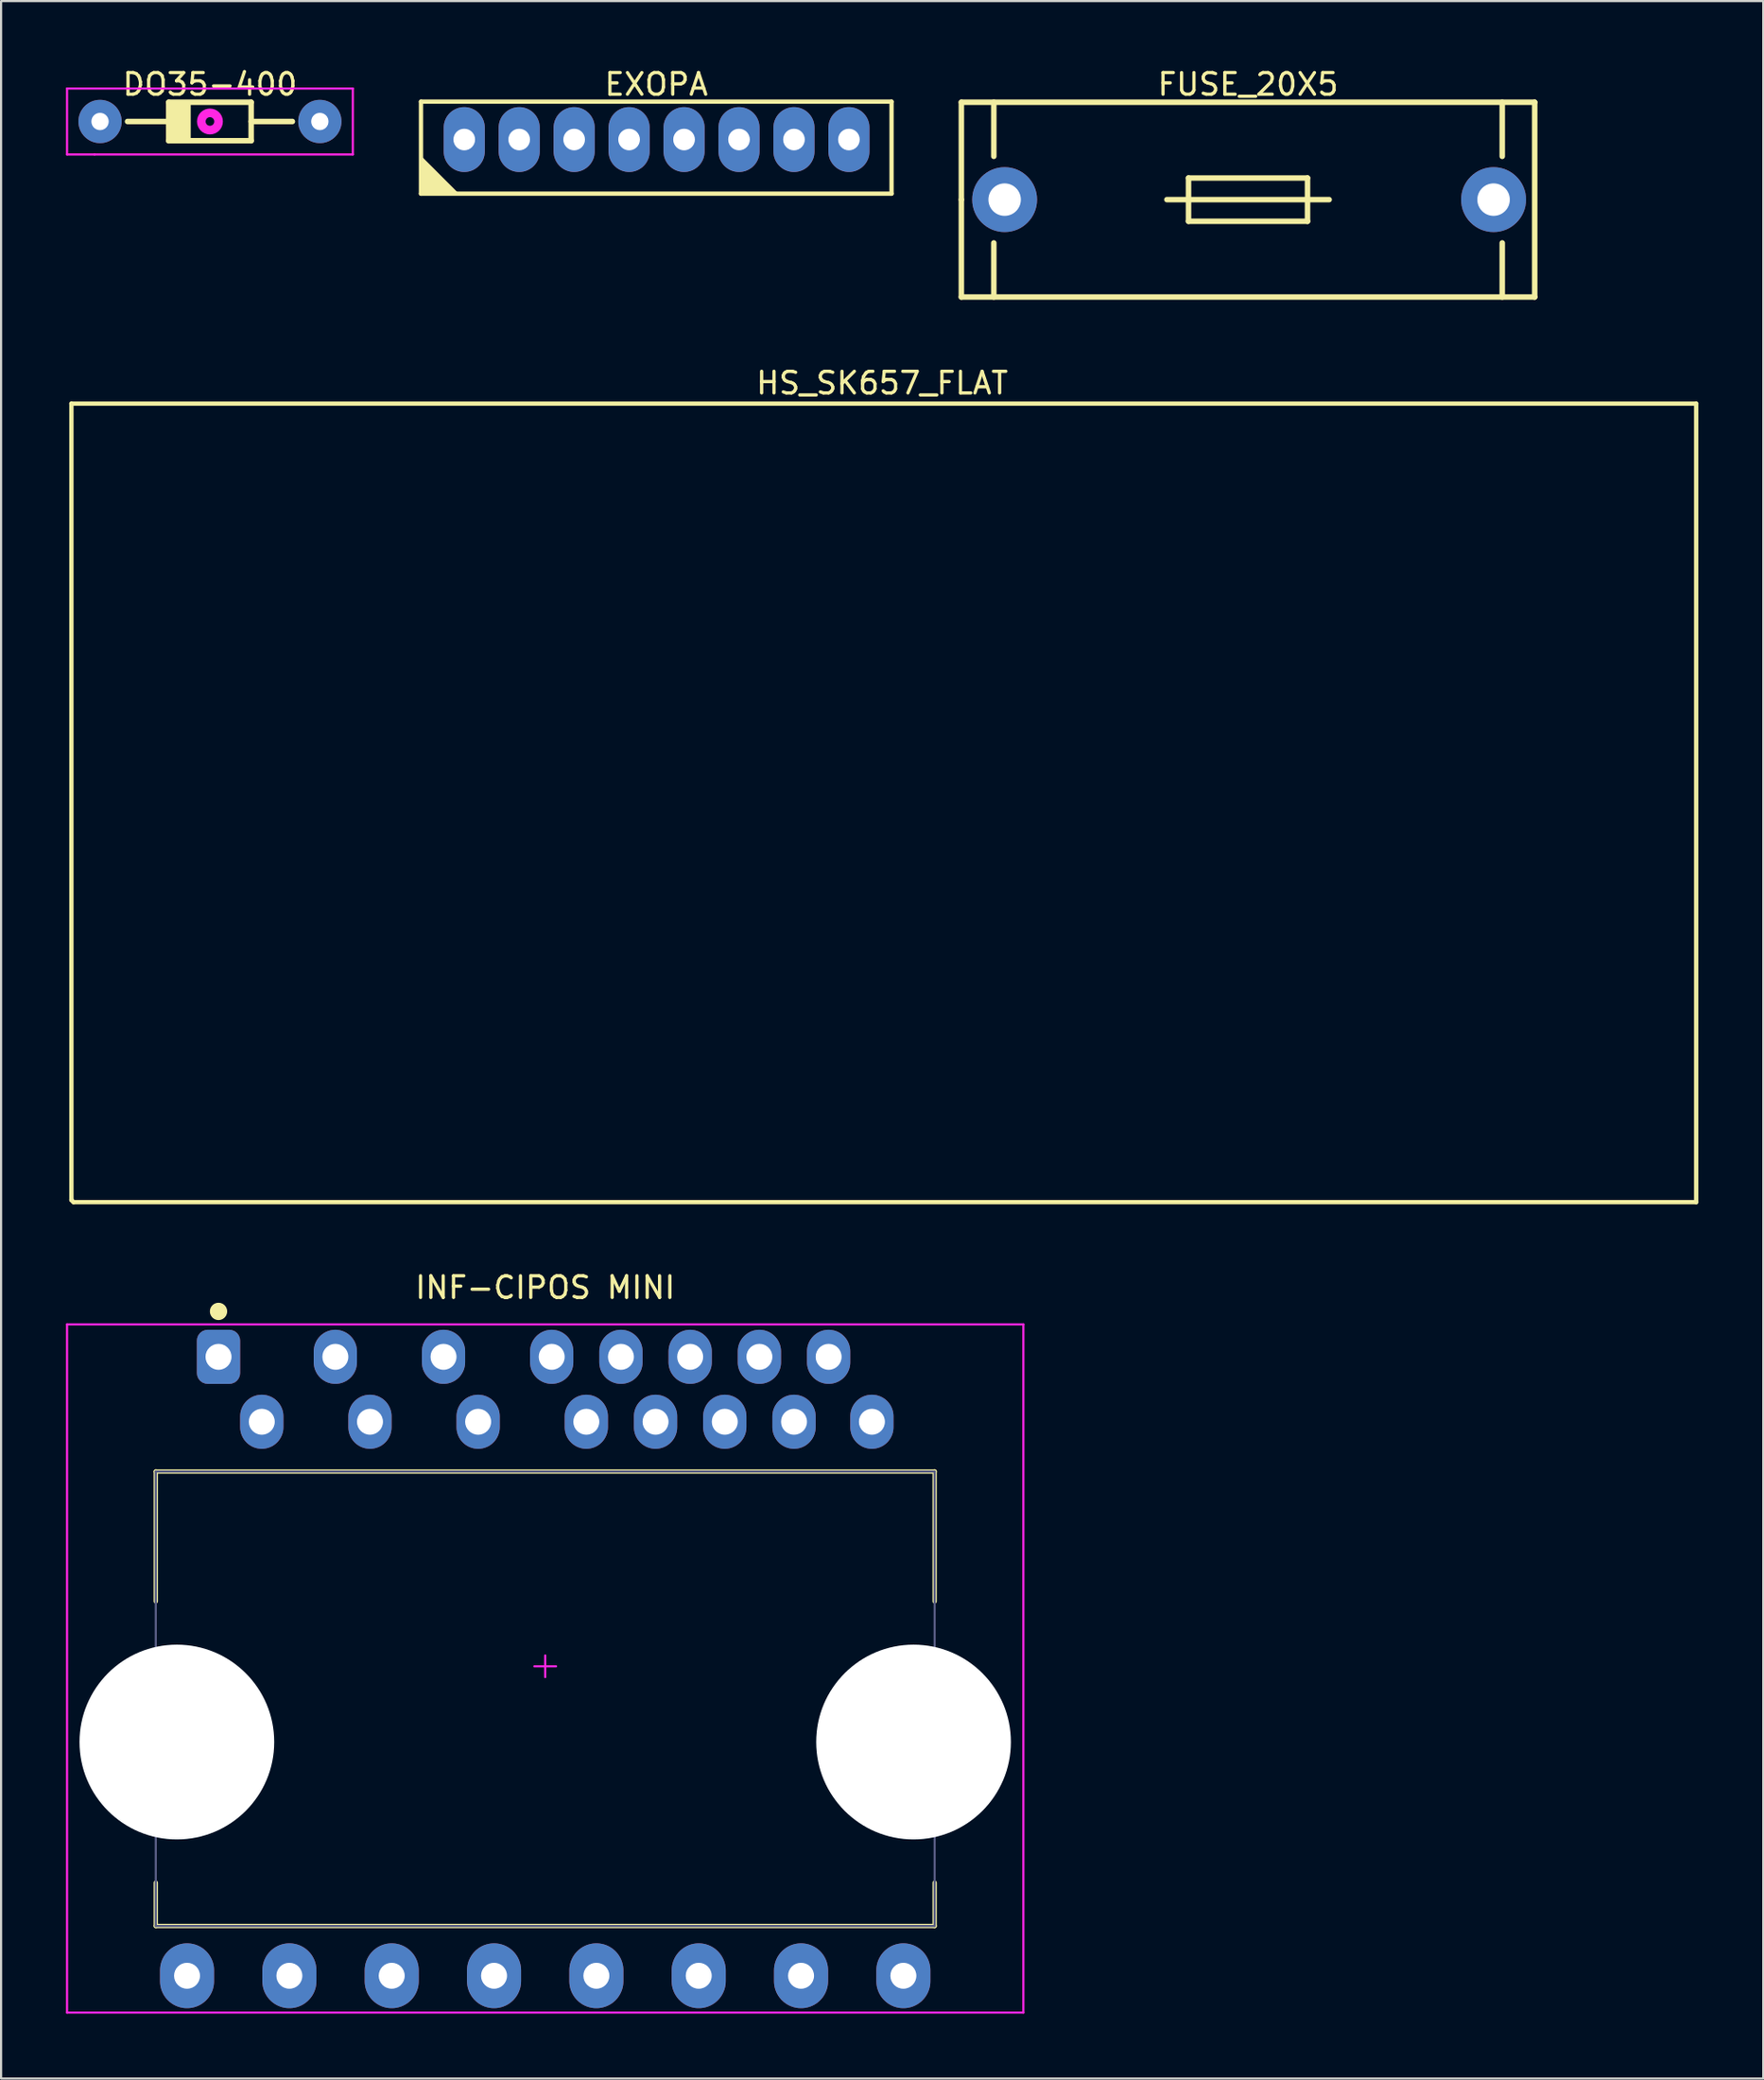
<source format=kicad_pcb>
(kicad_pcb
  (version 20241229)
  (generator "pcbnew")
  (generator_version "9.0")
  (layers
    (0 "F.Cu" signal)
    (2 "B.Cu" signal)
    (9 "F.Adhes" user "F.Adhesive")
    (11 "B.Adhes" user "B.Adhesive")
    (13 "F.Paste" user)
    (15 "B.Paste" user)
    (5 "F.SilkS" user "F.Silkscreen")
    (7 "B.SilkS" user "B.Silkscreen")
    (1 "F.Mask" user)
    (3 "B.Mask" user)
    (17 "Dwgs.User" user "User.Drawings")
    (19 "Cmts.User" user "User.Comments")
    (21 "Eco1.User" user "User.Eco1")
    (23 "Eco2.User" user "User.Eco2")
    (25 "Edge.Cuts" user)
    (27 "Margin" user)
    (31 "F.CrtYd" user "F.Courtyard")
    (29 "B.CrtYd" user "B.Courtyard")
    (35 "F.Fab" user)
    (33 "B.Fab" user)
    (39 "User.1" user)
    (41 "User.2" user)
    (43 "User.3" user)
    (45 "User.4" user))
  (footprint "HS_SK657_FLAT"
    (layer "F.Cu")
    (at 0.25 15.601)
    (property "Reference" "HS_SK657_FLAT" (at 37.475 -0.95 0) (layer "F.SilkS") (effects (font (size 1 1) (thickness 0.15))))
    (fp_line (start 0 0) (end 75.1 0) (stroke (width 0.2) (type solid)) (layer "F.SilkS"))
    (fp_line (start 0 36.8) (end 0 0) (stroke (width 0.2) (type solid)) (layer "F.SilkS"))
    (fp_line (start 0 36.8) (end 0.1 36.9) (stroke (width 0.2) (type solid)) (layer "F.SilkS"))
    (fp_line (start 0.1 36.9) (end 75.1 36.9) (stroke (width 0.2) (type solid)) (layer "F.SilkS"))
    (fp_line (start 75.1 36.9) (end 75.1 0) (stroke (width 0.2) (type solid)) (layer "F.SilkS")))
  (footprint "FUSE_20X5"
    (layer "F.Cu")
    (at 43.385 6.175)
    (property "Reference" "FUSE_20X5" (at 11.25 -5.327 0) (layer "F.SilkS") (effects (font (size 1 1) (thickness 0.15))))
    (fp_line (start -2 -4.5) (end 24.5 -4.5) (stroke (width 0.254) (type solid)) (layer "F.SilkS"))
    (fp_line (start -2 0) (end -2 -4.5) (stroke (width 0.254) (type solid)) (layer "F.SilkS"))
    (fp_line (start -2 4.5) (end -2 0) (stroke (width 0.254) (type solid)) (layer "F.SilkS"))
    (fp_line (start -2 4.5) (end 24.5 4.5) (stroke (width 0.254) (type solid)) (layer "F.SilkS"))
    (fp_line (start -0.5 -2) (end -0.5 -4.5) (stroke (width 0.254) (type solid)) (layer "F.SilkS"))
    (fp_line (start -0.5 4.5) (end -0.5 2) (stroke (width 0.254) (type solid)) (layer "F.SilkS"))
    (fp_line (start 7.5 0) (end 15 0) (stroke (width 0.254) (type solid)) (layer "F.SilkS"))
    (fp_line (start 8.5 -1) (end 14 -1) (stroke (width 0.254) (type solid)) (layer "F.SilkS"))
    (fp_line (start 8.5 1) (end 8.5 -1) (stroke (width 0.254) (type solid)) (layer "F.SilkS"))
    (fp_line (start 8.5 1) (end 14 1) (stroke (width 0.254) (type solid)) (layer "F.SilkS"))
    (fp_line (start 14 1) (end 14 -1) (stroke (width 0.254) (type solid)) (layer "F.SilkS"))
    (fp_line (start 23 -2) (end 23 -4.5) (stroke (width 0.254) (type solid)) (layer "F.SilkS"))
    (fp_line (start 23 4.5) (end 23 2) (stroke (width 0.254) (type solid)) (layer "F.SilkS"))
    (fp_line (start 24.5 4.5) (end 24.5 -4.5) (stroke (width 0.254) (type solid)) (layer "F.SilkS"))
    (pad "1" thru_hole circle (at 0 0) (size 3 3) (drill 1.5) (layers "*.Cu" "*.Mask"))
    (pad "2" thru_hole circle (at 22.6 0) (size 3 3) (drill 1.5) (layers "*.Cu" "*.Mask")))
  (footprint "EXOPA"
    (layer "F.Cu")
    (at 18.408 3.398)
    (property "Reference" "EXOPA" (at 8.875 -2.55 0) (layer "F.SilkS") (effects (font (size 1 1) (thickness 0.15))))
    (fp_line (start -2 -1.75) (end 19.75 -1.75) (stroke (width 0.2) (type solid)) (layer "F.SilkS"))
    (fp_line (start -2 2.5) (end -2 -1.75) (stroke (width 0.2) (type solid)) (layer "F.SilkS"))
    (fp_line (start -2 2.5) (end 19.75 2.5) (stroke (width 0.2) (type solid)) (layer "F.SilkS"))
    (fp_line (start 19.75 2.5) (end 19.75 -1.75) (stroke (width 0.2) (type solid)) (layer "F.SilkS"))
    (fp_poly (pts (xy -2 0.75) (xy -0.25 2.5) (xy -2 2.5)) (stroke (width 0) (type default)) (fill yes) (layer "F.SilkS"))
    (pad "G" thru_hole oval (at 0 0) (size 1.9 3) (drill 1) (layers "*.Cu" "*.Mask"))
    (pad "G" thru_hole oval (at 10.16 0) (size 1.9 3) (drill 1) (layers "*.Cu" "*.Mask"))
    (pad "G" thru_hole oval (at 17.78 0) (size 1.9 3) (drill 1) (layers "*.Cu" "*.Mask"))
    (pad "IN+" thru_hole oval (at 2.54 0) (size 1.9 3) (drill 1) (layers "*.Cu" "*.Mask"))
    (pad "IN-" thru_hole oval (at 5.08 0) (size 1.9 3) (drill 1) (layers "*.Cu" "*.Mask"))
    (pad "OUT" thru_hole oval (at 7.62 0) (size 1.9 3) (drill 1) (layers "*.Cu" "*.Mask"))
    (pad "V+" thru_hole oval (at 12.7 0) (size 1.9 3) (drill 1) (layers "*.Cu" "*.Mask"))
    (pad "V-" thru_hole oval (at 15.24 0) (size 1.9 3) (drill 1) (layers "*.Cu" "*.Mask")))
  (footprint "INF-CIPOS MINI"
    (layer "F.Cu")
    (at 22.15 73.949)
    (property "Reference" "INF-CIPOS MINI" (at 0 -17.5 0) (layer "F.SilkS") (effects (font (size 1 1) (thickness 0.15))))
    (fp_line (start -18 -9) (end 18 -9) (stroke (width 0.2) (type solid)) (layer "F.SilkS"))
    (fp_line (start -18 -3) (end -18 -9) (stroke (width 0.2) (type solid)) (layer "F.SilkS"))
    (fp_line (start -18 12) (end -18 10) (stroke (width 0.2) (type solid)) (layer "F.SilkS"))
    (fp_line (start -18 12) (end 18 12) (stroke (width 0.2) (type solid)) (layer "F.SilkS"))
    (fp_line (start 18 -3) (end 18 -9) (stroke (width 0.2) (type solid)) (layer "F.SilkS"))
    (fp_line (start 18 12) (end 18 10) (stroke (width 0.2) (type solid)) (layer "F.SilkS"))
    (fp_circle (center -15.1 -16.4) (end -15.1 -16.6) (stroke (width 0.4) (type solid)) (fill no) (layer "F.SilkS"))
    (fp_line (start -22.1 -15.8) (end 22.1 -15.8) (stroke (width 0.1) (type solid)) (layer "F.CrtYd"))
    (fp_line (start -22.1 16) (end -22.1 -15.8) (stroke (width 0.1) (type solid)) (layer "F.CrtYd"))
    (fp_line (start -22.1 16) (end 22.1 16) (stroke (width 0.1) (type solid)) (layer "F.CrtYd"))
    (fp_line (start -0.5 0) (end 0.5 0) (stroke (width 0.1) (type solid)) (layer "F.CrtYd"))
    (fp_line (start 0 0.5) (end 0 -0.5) (stroke (width 0.1) (type solid)) (layer "F.CrtYd"))
    (fp_line (start 22.1 16) (end 22.1 -15.8) (stroke (width 0.1) (type solid)) (layer "F.CrtYd"))
    (fp_line (start -18 -9) (end 18 -9) (stroke (width 0.1) (type solid)) (layer "B.Fab"))
    (fp_line (start -18 12) (end -18 -9) (stroke (width 0.1) (type solid)) (layer "B.Fab"))
    (fp_line (start -18 12) (end 18 12) (stroke (width 0.1) (type solid)) (layer "B.Fab"))
    (fp_line (start 18 12) (end 18 -9) (stroke (width 0.1) (type solid)) (layer "B.Fab"))
    (pad "" np_thru_hole circle (at -17.025 3.5 90) (size 9 9) (drill 9) (layers "*.Cu" "*.Mask"))
    (pad "" np_thru_hole circle (at 17.025 3.5 90) (size 9 9) (drill 9) (layers "*.Cu" "*.Mask"))
    (pad "1" thru_hole roundrect (at -15.1 -14.3 90) (size 2.5 2) (drill 1.2) (layers "*.Cu" "*.Mask") (roundrect_rratio 0.25))
    (pad "2" thru_hole oval (at -13.1 -11.3 90) (size 2.5 2) (drill 1.2) (layers "*.Cu" "*.Mask"))
    (pad "3" thru_hole oval (at -9.7 -14.3 90) (size 2.5 2) (drill 1.2) (layers "*.Cu" "*.Mask"))
    (pad "4" thru_hole oval (at -8.1 -11.3 90) (size 2.5 2) (drill 1.2) (layers "*.Cu" "*.Mask"))
    (pad "5" thru_hole oval (at -4.7 -14.3 90) (size 2.5 2) (drill 1.2) (layers "*.Cu" "*.Mask"))
    (pad "6" thru_hole oval (at -3.1 -11.3 90) (size 2.5 2) (drill 1.2) (layers "*.Cu" "*.Mask"))
    (pad "7" thru_hole oval (at 0.3 -14.3 90) (size 2.5 2) (drill 1.2) (layers "*.Cu" "*.Mask"))
    (pad "8" thru_hole oval (at 1.9 -11.3 90) (size 2.5 2) (drill 1.2) (layers "*.Cu" "*.Mask"))
    (pad "9" thru_hole oval (at 3.5 -14.3 90) (size 2.5 2) (drill 1.2) (layers "*.Cu" "*.Mask"))
    (pad "10" thru_hole oval (at 5.1 -11.3 90) (size 2.5 2) (drill 1.2) (layers "*.Cu" "*.Mask"))
    (pad "11" thru_hole oval (at 6.7 -14.3 90) (size 2.5 2) (drill 1.2) (layers "*.Cu" "*.Mask"))
    (pad "12" thru_hole oval (at 8.3 -11.3 90) (size 2.5 2) (drill 1.2) (layers "*.Cu" "*.Mask"))
    (pad "13" thru_hole oval (at 9.9 -14.3 90) (size 2.5 2) (drill 1.2) (layers "*.Cu" "*.Mask"))
    (pad "14" thru_hole oval (at 11.5 -11.3 90) (size 2.5 2) (drill 1.2) (layers "*.Cu" "*.Mask"))
    (pad "15" thru_hole oval (at 13.1 -14.3 90) (size 2.5 2) (drill 1.2) (layers "*.Cu" "*.Mask"))
    (pad "16" thru_hole oval (at 15.1 -11.3 90) (size 2.5 2) (drill 1.2) (layers "*.Cu" "*.Mask"))
    (pad "17" thru_hole oval (at 16.555 14.3 90) (size 3 2.5) (drill 1.2) (layers "*.Cu" "*.Mask"))
    (pad "18" thru_hole oval (at 11.825 14.3 90) (size 3 2.5) (drill 1.2) (layers "*.Cu" "*.Mask"))
    (pad "19" thru_hole oval (at 7.095 14.3 90) (size 3 2.5) (drill 1.2) (layers "*.Cu" "*.Mask"))
    (pad "20" thru_hole oval (at 2.365 14.3 90) (size 3 2.5) (drill 1.2) (layers "*.Cu" "*.Mask"))
    (pad "21" thru_hole oval (at -2.365 14.3 90) (size 3 2.5) (drill 1.2) (layers "*.Cu" "*.Mask"))
    (pad "22" thru_hole oval (at -7.095 14.3 90) (size 3 2.5) (drill 1.2) (layers "*.Cu" "*.Mask"))
    (pad "23" thru_hole oval (at -11.825 14.3 90) (size 3 2.5) (drill 1.2) (layers "*.Cu" "*.Mask"))
    (pad "24" thru_hole oval (at -16.555 14.3 90) (size 3 2.5) (drill 1.2) (layers "*.Cu" "*.Mask")))
  (footprint "DO35-400"
    (layer "F.Cu")
    (at 6.654 2.564)
    (property "Reference" "DO35-400" (at 0 -1.716 0) (layer "F.SilkS") (effects (font (size 1 1) (thickness 0.15))))
    (fp_line (start -3.81 0) (end -1.905 0) (stroke (width 0.254) (type solid)) (layer "F.SilkS"))
    (fp_line (start -1.905 -0.889) (end 1.905 -0.889) (stroke (width 0.254) (type solid)) (layer "F.SilkS"))
    (fp_line (start -1.905 0.889) (end -1.905 -0.889) (stroke (width 0.254) (type solid)) (layer "F.SilkS"))
    (fp_line (start -1.905 0.889) (end 1.905 0.889) (stroke (width 0.254) (type solid)) (layer "F.SilkS"))
    (fp_line (start 1.905 0) (end 3.81 0) (stroke (width 0.254) (type solid)) (layer "F.SilkS"))
    (fp_line (start 1.905 0.889) (end 1.905 -0.889) (stroke (width 0.254) (type solid)) (layer "F.SilkS"))
    (fp_rect (start -1.905 0.889) (end -0.889 -0.889) (stroke (width 0) (type default)) (fill yes) (layer "F.SilkS"))
    (fp_line (start -6.604 -1.524) (end 6.604 -1.524) (stroke (width 0.1) (type solid)) (layer "F.CrtYd"))
    (fp_line (start -6.604 1.524) (end -6.604 -1.524) (stroke (width 0.1) (type solid)) (layer "F.CrtYd"))
    (fp_line (start -6.604 1.524) (end -5.334 1.524) (stroke (width 0.1) (type solid)) (layer "F.CrtYd"))
    (fp_line (start -5.334 1.524) (end 6.604 1.524) (stroke (width 0.1) (type solid)) (layer "F.CrtYd"))
    (fp_line (start 6.604 1.524) (end 6.604 -1.524) (stroke (width 0.1) (type solid)) (layer "F.CrtYd"))
    (fp_circle (center 0 0) (end 0 -0.199) (stroke (width 0.4) (type solid)) (fill no) (layer "F.CrtYd"))
    (pad "A" thru_hole circle (at 5.08 0) (size 2 2) (drill 0.8) (layers "*.Cu" "*.Mask"))
    (pad "K" thru_hole circle (at -5.08 0) (size 2 2) (drill 0.8) (layers "*.Cu" "*.Mask")))
  (gr_rect
    (start -3 -3)
    (end 78.45 92.999)
    (stroke (width 0.1) (type default))
    (fill no)
    (layer "Edge.Cuts")))
</source>
